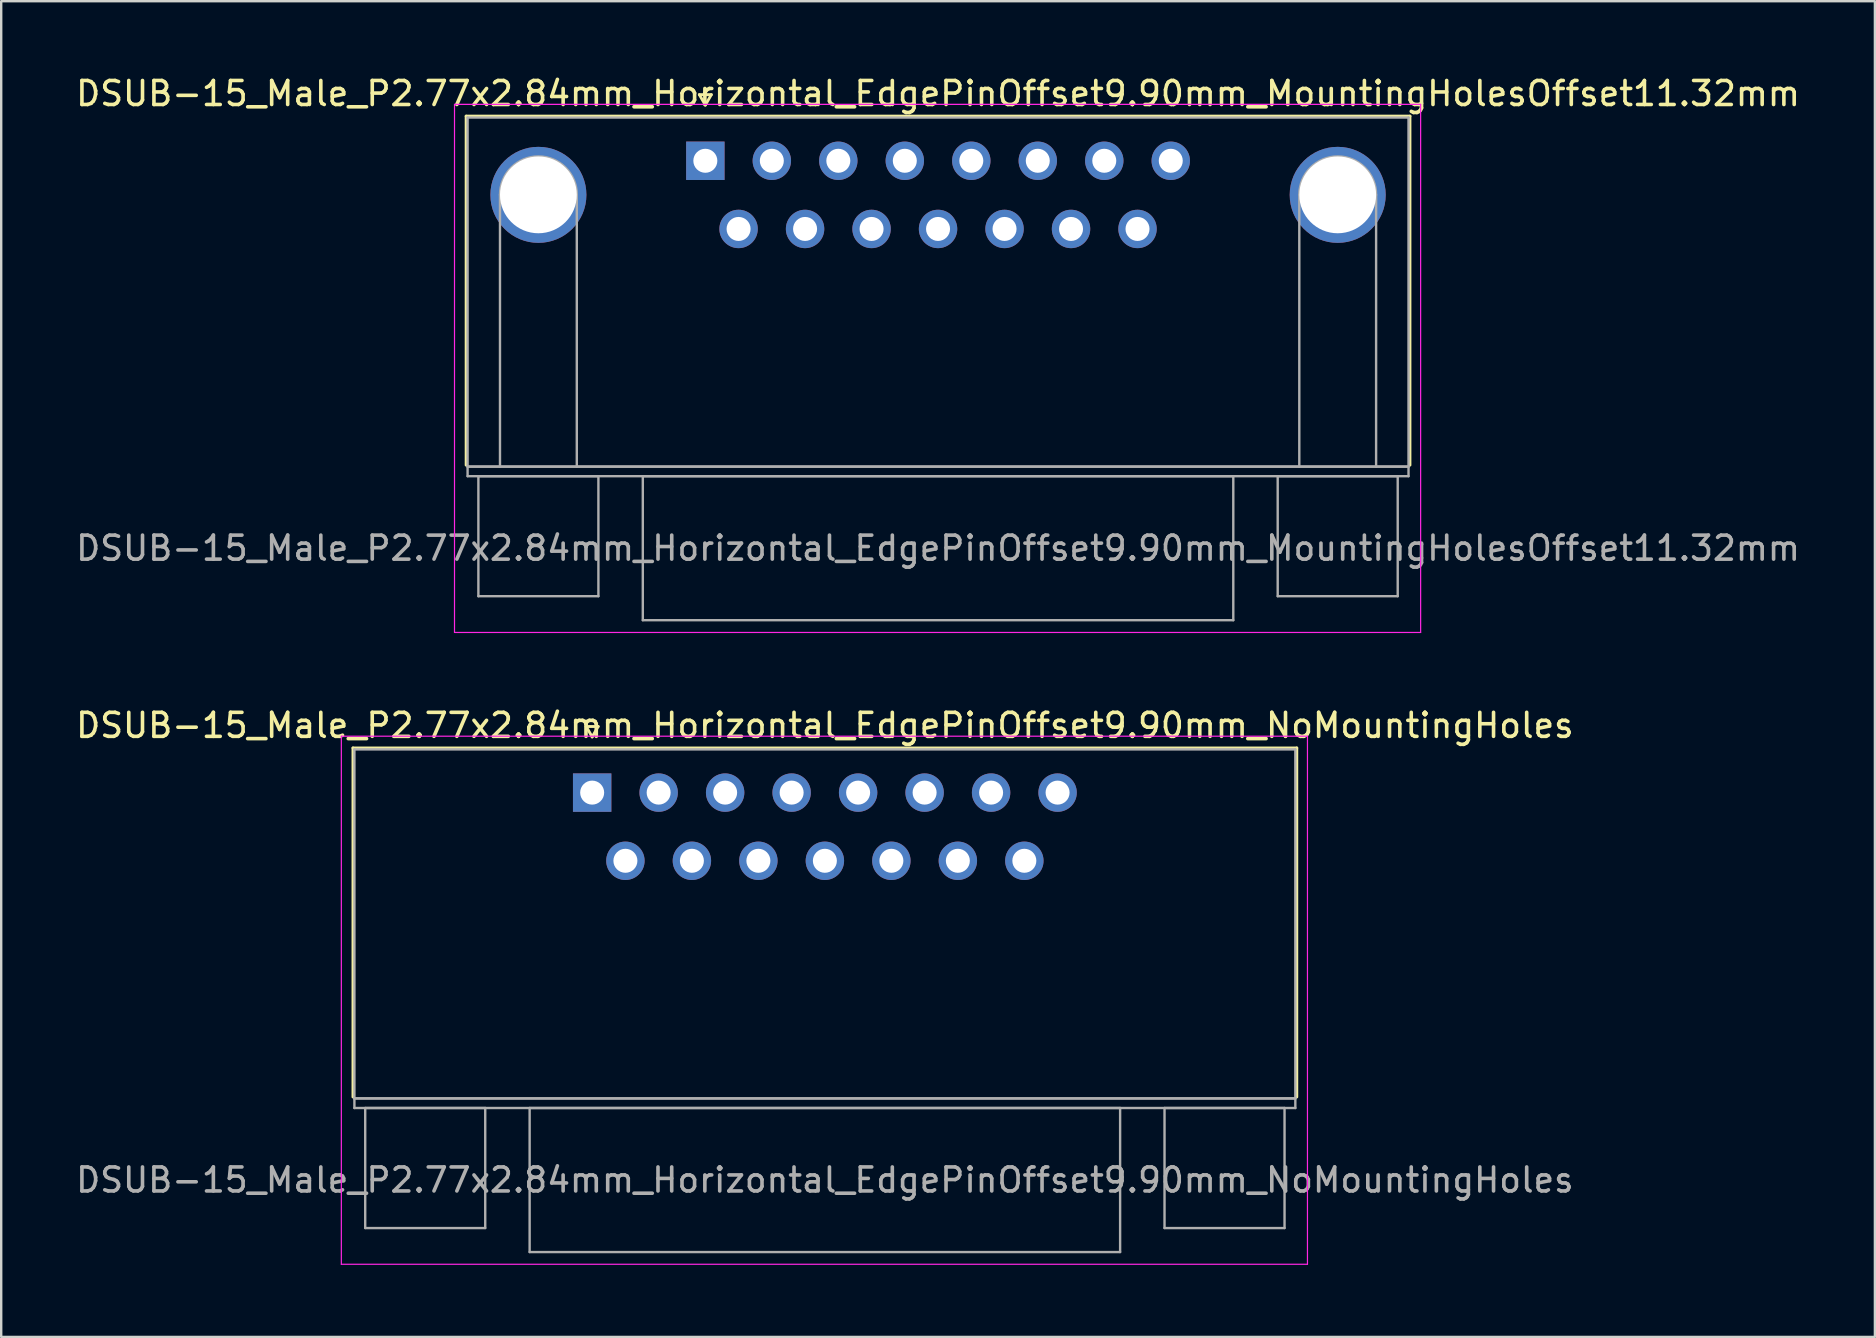
<source format=kicad_pcb>
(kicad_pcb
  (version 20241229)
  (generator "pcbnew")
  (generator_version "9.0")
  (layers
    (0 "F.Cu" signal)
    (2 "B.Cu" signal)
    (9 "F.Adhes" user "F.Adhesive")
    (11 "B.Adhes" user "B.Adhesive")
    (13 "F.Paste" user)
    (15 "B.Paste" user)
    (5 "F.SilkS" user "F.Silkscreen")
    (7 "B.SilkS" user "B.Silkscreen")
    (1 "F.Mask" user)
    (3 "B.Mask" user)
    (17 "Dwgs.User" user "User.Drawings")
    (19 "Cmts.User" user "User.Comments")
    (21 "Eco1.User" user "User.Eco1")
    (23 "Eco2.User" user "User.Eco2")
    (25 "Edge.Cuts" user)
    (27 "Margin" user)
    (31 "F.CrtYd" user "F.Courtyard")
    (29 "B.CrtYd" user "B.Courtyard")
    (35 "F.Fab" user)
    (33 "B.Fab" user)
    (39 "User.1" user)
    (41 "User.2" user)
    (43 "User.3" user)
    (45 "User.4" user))
  (footprint "DSUB-15_Male_P2.77x2.84mm_Horizontal_EdgePinOffset9.90mm_NoMountingHoles"
    (layer "F.Cu")
    (at 21.62 29.971)
    (property "Reference" "DSUB-15_Male_P2.77x2.84mm_Horizontal_EdgePinOffset9.90mm_NoMountingHoles" (at 9.695 -2.8 0) (layer "F.SilkS") (effects (font (size 1 1) (thickness 0.15))))
    (attr through_hole)
    (fp_line (start -9.965 -1.86) (end 29.355 -1.86) (stroke (width 0.12) (type solid)) (layer "F.SilkS"))
    (fp_line (start -9.965 12.68) (end -9.965 -1.86) (stroke (width 0.12) (type solid)) (layer "F.SilkS"))
    (fp_line (start -0.25 -2.754) (end 0.25 -2.754) (stroke (width 0.12) (type solid)) (layer "F.SilkS"))
    (fp_line (start 0 -2.321) (end -0.25 -2.754) (stroke (width 0.12) (type solid)) (layer "F.SilkS"))
    (fp_line (start 0.25 -2.754) (end 0 -2.321) (stroke (width 0.12) (type solid)) (layer "F.SilkS"))
    (fp_line (start 29.355 -1.86) (end 29.355 12.68) (stroke (width 0.12) (type solid)) (layer "F.SilkS"))
    (fp_line (start -10.45 -2.35) (end -10.45 19.65) (stroke (width 0.05) (type solid)) (layer "F.CrtYd"))
    (fp_line (start -10.45 19.65) (end 29.8 19.65) (stroke (width 0.05) (type solid)) (layer "F.CrtYd"))
    (fp_line (start 29.8 -2.35) (end -10.45 -2.35) (stroke (width 0.05) (type solid)) (layer "F.CrtYd"))
    (fp_line (start 29.8 19.65) (end 29.8 -2.35) (stroke (width 0.05) (type solid)) (layer "F.CrtYd"))
    (fp_line (start -9.905 -1.8) (end -9.905 12.74) (stroke (width 0.1) (type solid)) (layer "F.Fab"))
    (fp_line (start -9.905 12.74) (end -9.905 13.14) (stroke (width 0.1) (type solid)) (layer "F.Fab"))
    (fp_line (start -9.905 12.74) (end 29.295 12.74) (stroke (width 0.1) (type solid)) (layer "F.Fab"))
    (fp_line (start -9.905 13.14) (end 29.295 13.14) (stroke (width 0.1) (type solid)) (layer "F.Fab"))
    (fp_line (start -9.455 13.14) (end -9.455 18.14) (stroke (width 0.1) (type solid)) (layer "F.Fab"))
    (fp_line (start -9.455 18.14) (end -4.455 18.14) (stroke (width 0.1) (type solid)) (layer "F.Fab"))
    (fp_line (start -4.455 13.14) (end -9.455 13.14) (stroke (width 0.1) (type solid)) (layer "F.Fab"))
    (fp_line (start -4.455 18.14) (end -4.455 13.14) (stroke (width 0.1) (type solid)) (layer "F.Fab"))
    (fp_line (start -2.605 13.14) (end -2.605 19.14) (stroke (width 0.1) (type solid)) (layer "F.Fab"))
    (fp_line (start -2.605 19.14) (end 21.995 19.14) (stroke (width 0.1) (type solid)) (layer "F.Fab"))
    (fp_line (start 21.995 13.14) (end -2.605 13.14) (stroke (width 0.1) (type solid)) (layer "F.Fab"))
    (fp_line (start 21.995 19.14) (end 21.995 13.14) (stroke (width 0.1) (type solid)) (layer "F.Fab"))
    (fp_line (start 23.845 13.14) (end 23.845 18.14) (stroke (width 0.1) (type solid)) (layer "F.Fab"))
    (fp_line (start 23.845 18.14) (end 28.845 18.14) (stroke (width 0.1) (type solid)) (layer "F.Fab"))
    (fp_line (start 28.845 13.14) (end 23.845 13.14) (stroke (width 0.1) (type solid)) (layer "F.Fab"))
    (fp_line (start 28.845 18.14) (end 28.845 13.14) (stroke (width 0.1) (type solid)) (layer "F.Fab"))
    (fp_line (start 29.295 -1.8) (end -9.905 -1.8) (stroke (width 0.1) (type solid)) (layer "F.Fab"))
    (fp_line (start 29.295 12.74) (end -9.905 12.74) (stroke (width 0.1) (type solid)) (layer "F.Fab"))
    (fp_line (start 29.295 12.74) (end 29.295 -1.8) (stroke (width 0.1) (type solid)) (layer "F.Fab"))
    (fp_line (start 29.295 13.14) (end 29.295 12.74) (stroke (width 0.1) (type solid)) (layer "F.Fab"))
    (fp_text user "${REFERENCE}" (at 9.695 16.14 0) (layer "F.Fab") (effects (font (size 1 1) (thickness 0.15))))
    (pad "1" thru_hole rect (at 0 0) (size 1.6 1.6) (drill 1) (layers "*.Cu" "*.Mask"))
    (pad "2" thru_hole circle (at 2.77 0) (size 1.6 1.6) (drill 1) (layers "*.Cu" "*.Mask"))
    (pad "3" thru_hole circle (at 5.54 0) (size 1.6 1.6) (drill 1) (layers "*.Cu" "*.Mask"))
    (pad "4" thru_hole circle (at 8.31 0) (size 1.6 1.6) (drill 1) (layers "*.Cu" "*.Mask"))
    (pad "5" thru_hole circle (at 11.08 0) (size 1.6 1.6) (drill 1) (layers "*.Cu" "*.Mask"))
    (pad "6" thru_hole circle (at 13.85 0) (size 1.6 1.6) (drill 1) (layers "*.Cu" "*.Mask"))
    (pad "7" thru_hole circle (at 16.62 0) (size 1.6 1.6) (drill 1) (layers "*.Cu" "*.Mask"))
    (pad "8" thru_hole circle (at 19.39 0) (size 1.6 1.6) (drill 1) (layers "*.Cu" "*.Mask"))
    (pad "9" thru_hole circle (at 1.385 2.84) (size 1.6 1.6) (drill 1) (layers "*.Cu" "*.Mask"))
    (pad "10" thru_hole circle (at 4.155 2.84) (size 1.6 1.6) (drill 1) (layers "*.Cu" "*.Mask"))
    (pad "11" thru_hole circle (at 6.925 2.84) (size 1.6 1.6) (drill 1) (layers "*.Cu" "*.Mask"))
    (pad "12" thru_hole circle (at 9.695 2.84) (size 1.6 1.6) (drill 1) (layers "*.Cu" "*.Mask"))
    (pad "13" thru_hole circle (at 12.465 2.84) (size 1.6 1.6) (drill 1) (layers "*.Cu" "*.Mask"))
    (pad "14" thru_hole circle (at 15.235 2.84) (size 1.6 1.6) (drill 1) (layers "*.Cu" "*.Mask"))
    (pad "15" thru_hole circle (at 18.005 2.84) (size 1.6 1.6) (drill 1) (layers "*.Cu" "*.Mask")))
  (footprint "DSUB-15_Male_P2.77x2.84mm_Horizontal_EdgePinOffset9.90mm_MountingHolesOffset11.32mm"
    (layer "F.Cu")
    (at 26.335 3.648)
    (property "Reference" "DSUB-15_Male_P2.77x2.84mm_Horizontal_EdgePinOffset9.90mm_MountingHolesOffset11.32mm" (at 9.695 -2.8 0) (layer "F.SilkS") (effects (font (size 1 1) (thickness 0.15))))
    (attr through_hole)
    (fp_line (start -9.965 -1.86) (end 29.355 -1.86) (stroke (width 0.12) (type solid)) (layer "F.SilkS"))
    (fp_line (start -9.965 12.68) (end -9.965 -1.86) (stroke (width 0.12) (type solid)) (layer "F.SilkS"))
    (fp_line (start -0.25 -2.754) (end 0.25 -2.754) (stroke (width 0.12) (type solid)) (layer "F.SilkS"))
    (fp_line (start 0 -2.321) (end -0.25 -2.754) (stroke (width 0.12) (type solid)) (layer "F.SilkS"))
    (fp_line (start 0.25 -2.754) (end 0 -2.321) (stroke (width 0.12) (type solid)) (layer "F.SilkS"))
    (fp_line (start 29.355 -1.86) (end 29.355 12.68) (stroke (width 0.12) (type solid)) (layer "F.SilkS"))
    (fp_line (start -10.45 -2.35) (end -10.45 19.65) (stroke (width 0.05) (type solid)) (layer "F.CrtYd"))
    (fp_line (start -10.45 19.65) (end 29.8 19.65) (stroke (width 0.05) (type solid)) (layer "F.CrtYd"))
    (fp_line (start 29.8 -2.35) (end -10.45 -2.35) (stroke (width 0.05) (type solid)) (layer "F.CrtYd"))
    (fp_line (start 29.8 19.65) (end 29.8 -2.35) (stroke (width 0.05) (type solid)) (layer "F.CrtYd"))
    (fp_line (start -9.905 -1.8) (end -9.905 12.74) (stroke (width 0.1) (type solid)) (layer "F.Fab"))
    (fp_line (start -9.905 12.74) (end -9.905 13.14) (stroke (width 0.1) (type solid)) (layer "F.Fab"))
    (fp_line (start -9.905 12.74) (end 29.295 12.74) (stroke (width 0.1) (type solid)) (layer "F.Fab"))
    (fp_line (start -9.905 13.14) (end 29.295 13.14) (stroke (width 0.1) (type solid)) (layer "F.Fab"))
    (fp_line (start -9.455 13.14) (end -9.455 18.14) (stroke (width 0.1) (type solid)) (layer "F.Fab"))
    (fp_line (start -9.455 18.14) (end -4.455 18.14) (stroke (width 0.1) (type solid)) (layer "F.Fab"))
    (fp_line (start -8.555 12.74) (end -8.555 1.42) (stroke (width 0.1) (type solid)) (layer "F.Fab"))
    (fp_line (start -5.355 12.74) (end -5.355 1.42) (stroke (width 0.1) (type solid)) (layer "F.Fab"))
    (fp_line (start -4.455 13.14) (end -9.455 13.14) (stroke (width 0.1) (type solid)) (layer "F.Fab"))
    (fp_line (start -4.455 18.14) (end -4.455 13.14) (stroke (width 0.1) (type solid)) (layer "F.Fab"))
    (fp_line (start -2.605 13.14) (end -2.605 19.14) (stroke (width 0.1) (type solid)) (layer "F.Fab"))
    (fp_line (start -2.605 19.14) (end 21.995 19.14) (stroke (width 0.1) (type solid)) (layer "F.Fab"))
    (fp_line (start 21.995 13.14) (end -2.605 13.14) (stroke (width 0.1) (type solid)) (layer "F.Fab"))
    (fp_line (start 21.995 19.14) (end 21.995 13.14) (stroke (width 0.1) (type solid)) (layer "F.Fab"))
    (fp_line (start 23.845 13.14) (end 23.845 18.14) (stroke (width 0.1) (type solid)) (layer "F.Fab"))
    (fp_line (start 23.845 18.14) (end 28.845 18.14) (stroke (width 0.1) (type solid)) (layer "F.Fab"))
    (fp_line (start 24.745 12.74) (end 24.745 1.42) (stroke (width 0.1) (type solid)) (layer "F.Fab"))
    (fp_line (start 27.945 12.74) (end 27.945 1.42) (stroke (width 0.1) (type solid)) (layer "F.Fab"))
    (fp_line (start 28.845 13.14) (end 23.845 13.14) (stroke (width 0.1) (type solid)) (layer "F.Fab"))
    (fp_line (start 28.845 18.14) (end 28.845 13.14) (stroke (width 0.1) (type solid)) (layer "F.Fab"))
    (fp_line (start 29.295 -1.8) (end -9.905 -1.8) (stroke (width 0.1) (type solid)) (layer "F.Fab"))
    (fp_line (start 29.295 12.74) (end -9.905 12.74) (stroke (width 0.1) (type solid)) (layer "F.Fab"))
    (fp_line (start 29.295 12.74) (end 29.295 -1.8) (stroke (width 0.1) (type solid)) (layer "F.Fab"))
    (fp_line (start 29.295 13.14) (end 29.295 12.74) (stroke (width 0.1) (type solid)) (layer "F.Fab"))
    (fp_arc (start -8.555 1.42) (mid -6.955 -0.18) (end -5.355 1.42) (stroke (width 0.1) (type solid)) (layer "F.Fab"))
    (fp_arc (start 24.745 1.42) (mid 26.345 -0.18) (end 27.945 1.42) (stroke (width 0.1) (type solid)) (layer "F.Fab"))
    (fp_text user "${REFERENCE}" (at 9.695 16.14 0) (layer "F.Fab") (effects (font (size 1 1) (thickness 0.15))))
    (pad "0" thru_hole circle (at -6.955 1.42) (size 4 4) (drill 3.2) (layers "*.Cu" "*.Mask"))
    (pad "0" thru_hole circle (at 26.345 1.42) (size 4 4) (drill 3.2) (layers "*.Cu" "*.Mask"))
    (pad "1" thru_hole rect (at 0 0) (size 1.6 1.6) (drill 1) (layers "*.Cu" "*.Mask"))
    (pad "2" thru_hole circle (at 2.77 0) (size 1.6 1.6) (drill 1) (layers "*.Cu" "*.Mask"))
    (pad "3" thru_hole circle (at 5.54 0) (size 1.6 1.6) (drill 1) (layers "*.Cu" "*.Mask"))
    (pad "4" thru_hole circle (at 8.31 0) (size 1.6 1.6) (drill 1) (layers "*.Cu" "*.Mask"))
    (pad "5" thru_hole circle (at 11.08 0) (size 1.6 1.6) (drill 1) (layers "*.Cu" "*.Mask"))
    (pad "6" thru_hole circle (at 13.85 0) (size 1.6 1.6) (drill 1) (layers "*.Cu" "*.Mask"))
    (pad "7" thru_hole circle (at 16.62 0) (size 1.6 1.6) (drill 1) (layers "*.Cu" "*.Mask"))
    (pad "8" thru_hole circle (at 19.39 0) (size 1.6 1.6) (drill 1) (layers "*.Cu" "*.Mask"))
    (pad "9" thru_hole circle (at 1.385 2.84) (size 1.6 1.6) (drill 1) (layers "*.Cu" "*.Mask"))
    (pad "10" thru_hole circle (at 4.155 2.84) (size 1.6 1.6) (drill 1) (layers "*.Cu" "*.Mask"))
    (pad "11" thru_hole circle (at 6.925 2.84) (size 1.6 1.6) (drill 1) (layers "*.Cu" "*.Mask"))
    (pad "12" thru_hole circle (at 9.695 2.84) (size 1.6 1.6) (drill 1) (layers "*.Cu" "*.Mask"))
    (pad "13" thru_hole circle (at 12.465 2.84) (size 1.6 1.6) (drill 1) (layers "*.Cu" "*.Mask"))
    (pad "14" thru_hole circle (at 15.235 2.84) (size 1.6 1.6) (drill 1) (layers "*.Cu" "*.Mask"))
    (pad "15" thru_hole circle (at 18.005 2.84) (size 1.6 1.6) (drill 1) (layers "*.Cu" "*.Mask")))
  (gr_rect
    (start -3 -3)
    (end 75.06 52.647)
    (stroke (width 0.1) (type default))
    (fill no)
    (layer "Edge.Cuts")))
</source>
